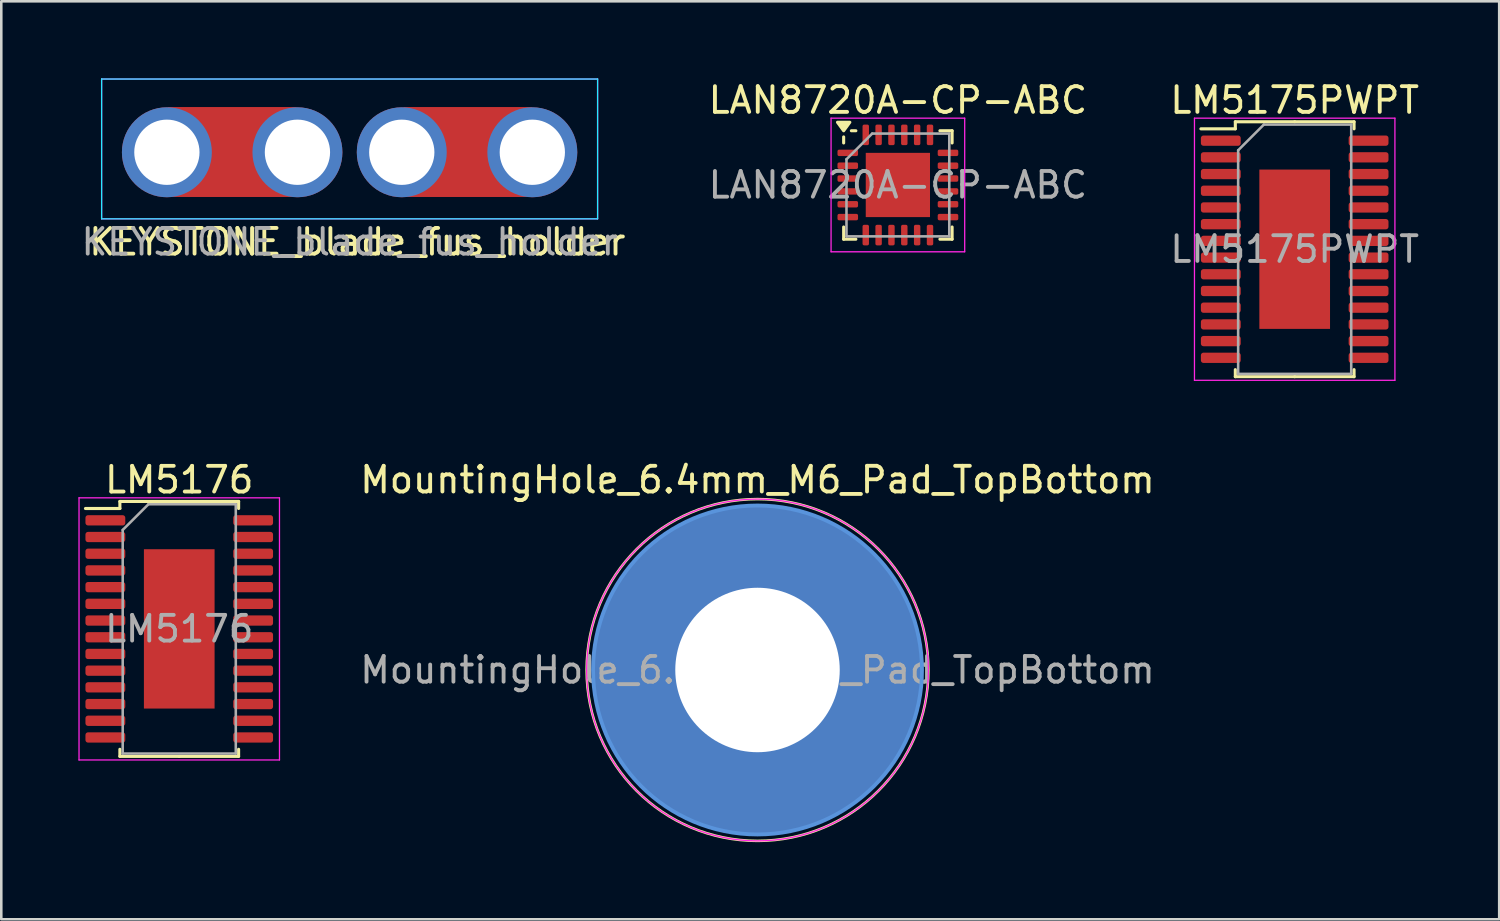
<source format=kicad_pcb>
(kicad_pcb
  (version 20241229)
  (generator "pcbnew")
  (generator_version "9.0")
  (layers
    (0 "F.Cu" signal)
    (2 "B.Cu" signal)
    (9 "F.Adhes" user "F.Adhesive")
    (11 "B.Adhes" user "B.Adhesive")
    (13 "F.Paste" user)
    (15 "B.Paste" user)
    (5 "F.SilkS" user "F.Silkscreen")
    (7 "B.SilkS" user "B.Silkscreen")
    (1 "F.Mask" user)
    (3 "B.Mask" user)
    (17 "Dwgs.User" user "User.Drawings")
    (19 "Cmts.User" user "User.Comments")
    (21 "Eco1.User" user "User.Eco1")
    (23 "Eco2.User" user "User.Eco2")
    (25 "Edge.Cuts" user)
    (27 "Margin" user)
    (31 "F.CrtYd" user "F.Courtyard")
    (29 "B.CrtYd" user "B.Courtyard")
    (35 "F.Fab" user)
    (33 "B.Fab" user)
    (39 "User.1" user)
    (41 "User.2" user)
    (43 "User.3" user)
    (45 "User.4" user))
  (footprint "LM5176"
    (layer "F.Cu")
    (at 3.925 21.422)
    (property "Reference" "LM5176" (at 0 -5.8 0) (layer "F.SilkS") (effects (font (size 1 1) (thickness 0.15))))
    (attr smd)
    (fp_line (start -2.31 -4.96) (end -2.31 -4.685) (stroke (width 0.12) (type solid)) (layer "F.SilkS"))
    (fp_line (start -2.31 -4.685) (end -3.65 -4.685) (stroke (width 0.12) (type solid)) (layer "F.SilkS"))
    (fp_line (start -2.31 4.96) (end -2.31 4.685) (stroke (width 0.12) (type solid)) (layer "F.SilkS"))
    (fp_line (start 0 -4.96) (end -2.31 -4.96) (stroke (width 0.12) (type solid)) (layer "F.SilkS"))
    (fp_line (start 0 -4.96) (end 2.31 -4.96) (stroke (width 0.12) (type solid)) (layer "F.SilkS"))
    (fp_line (start 0 4.96) (end -2.31 4.96) (stroke (width 0.12) (type solid)) (layer "F.SilkS"))
    (fp_line (start 0 4.96) (end 2.31 4.96) (stroke (width 0.12) (type solid)) (layer "F.SilkS"))
    (fp_line (start 2.31 -4.96) (end 2.31 -4.685) (stroke (width 0.12) (type solid)) (layer "F.SilkS"))
    (fp_line (start 2.31 4.96) (end 2.31 4.685) (stroke (width 0.12) (type solid)) (layer "F.SilkS"))
    (fp_line (start -3.9 -5.1) (end -3.9 5.1) (stroke (width 0.05) (type solid)) (layer "F.CrtYd"))
    (fp_line (start -3.9 5.1) (end 3.9 5.1) (stroke (width 0.05) (type solid)) (layer "F.CrtYd"))
    (fp_line (start 3.9 -5.1) (end -3.9 -5.1) (stroke (width 0.05) (type solid)) (layer "F.CrtYd"))
    (fp_line (start 3.9 5.1) (end 3.9 -5.1) (stroke (width 0.05) (type solid)) (layer "F.CrtYd"))
    (fp_line (start -2.2 -3.85) (end -1.2 -4.85) (stroke (width 0.1) (type solid)) (layer "F.Fab"))
    (fp_line (start -2.2 4.85) (end -2.2 -3.85) (stroke (width 0.1) (type solid)) (layer "F.Fab"))
    (fp_line (start -1.2 -4.85) (end 2.2 -4.85) (stroke (width 0.1) (type solid)) (layer "F.Fab"))
    (fp_line (start 2.2 -4.85) (end 2.2 4.85) (stroke (width 0.1) (type solid)) (layer "F.Fab"))
    (fp_line (start 2.2 4.85) (end -2.2 4.85) (stroke (width 0.1) (type solid)) (layer "F.Fab"))
    (fp_text user "${REFERENCE}" (at 0 0 0) (layer "F.Fab") (effects (font (size 1 1) (thickness 0.15))))
    (pad "" smd roundrect (at 0 0) (size 2.22 5) (layers "F.Paste") (roundrect_rratio 0.113))
    (pad "1" smd roundrect (at -2.875 -4.225) (size 1.55 0.4) (layers "F.Cu" "F.Mask" "F.Paste") (roundrect_rratio 0.25))
    (pad "2" smd roundrect (at -2.875 -3.575) (size 1.55 0.4) (layers "F.Cu" "F.Mask" "F.Paste") (roundrect_rratio 0.25))
    (pad "3" smd roundrect (at -2.875 -2.925) (size 1.55 0.4) (layers "F.Cu" "F.Mask" "F.Paste") (roundrect_rratio 0.25))
    (pad "4" smd roundrect (at -2.875 -2.275) (size 1.55 0.4) (layers "F.Cu" "F.Mask" "F.Paste") (roundrect_rratio 0.25))
    (pad "5" smd roundrect (at -2.875 -1.625) (size 1.55 0.4) (layers "F.Cu" "F.Mask" "F.Paste") (roundrect_rratio 0.25))
    (pad "6" smd roundrect (at -2.875 -0.975) (size 1.55 0.4) (layers "F.Cu" "F.Mask" "F.Paste") (roundrect_rratio 0.25))
    (pad "7" smd roundrect (at -2.875 -0.325) (size 1.55 0.4) (layers "F.Cu" "F.Mask" "F.Paste") (roundrect_rratio 0.25))
    (pad "8" smd roundrect (at -2.875 0.325) (size 1.55 0.4) (layers "F.Cu" "F.Mask" "F.Paste") (roundrect_rratio 0.25))
    (pad "9" smd roundrect (at -2.875 0.975) (size 1.55 0.4) (layers "F.Cu" "F.Mask" "F.Paste") (roundrect_rratio 0.25))
    (pad "10" smd roundrect (at -2.875 1.625) (size 1.55 0.4) (layers "F.Cu" "F.Mask" "F.Paste") (roundrect_rratio 0.25))
    (pad "11" smd roundrect (at -2.875 2.275) (size 1.55 0.4) (layers "F.Cu" "F.Mask" "F.Paste") (roundrect_rratio 0.25))
    (pad "12" smd roundrect (at -2.875 2.925) (size 1.55 0.4) (layers "F.Cu" "F.Mask" "F.Paste") (roundrect_rratio 0.25))
    (pad "13" smd roundrect (at -2.875 3.575) (size 1.55 0.4) (layers "F.Cu" "F.Mask" "F.Paste") (roundrect_rratio 0.25))
    (pad "14" smd roundrect (at -2.875 4.225) (size 1.55 0.4) (layers "F.Cu" "F.Mask" "F.Paste") (roundrect_rratio 0.25))
    (pad "15" smd roundrect (at 2.875 4.225) (size 1.55 0.4) (layers "F.Cu" "F.Mask" "F.Paste") (roundrect_rratio 0.25))
    (pad "16" smd roundrect (at 2.875 3.575) (size 1.55 0.4) (layers "F.Cu" "F.Mask" "F.Paste") (roundrect_rratio 0.25))
    (pad "17" smd roundrect (at 2.875 2.925) (size 1.55 0.4) (layers "F.Cu" "F.Mask" "F.Paste") (roundrect_rratio 0.25))
    (pad "18" smd roundrect (at 2.875 2.275) (size 1.55 0.4) (layers "F.Cu" "F.Mask" "F.Paste") (roundrect_rratio 0.25))
    (pad "19" smd roundrect (at 2.875 1.625) (size 1.55 0.4) (layers "F.Cu" "F.Mask" "F.Paste") (roundrect_rratio 0.25))
    (pad "20" smd roundrect (at 2.875 0.975) (size 1.55 0.4) (layers "F.Cu" "F.Mask" "F.Paste") (roundrect_rratio 0.25))
    (pad "21" smd roundrect (at 2.875 0.325) (size 1.55 0.4) (layers "F.Cu" "F.Mask" "F.Paste") (roundrect_rratio 0.25))
    (pad "22" smd roundrect (at 2.875 -0.325) (size 1.55 0.4) (layers "F.Cu" "F.Mask" "F.Paste") (roundrect_rratio 0.25))
    (pad "23" smd roundrect (at 2.875 -0.975) (size 1.55 0.4) (layers "F.Cu" "F.Mask" "F.Paste") (roundrect_rratio 0.25))
    (pad "24" smd roundrect (at 2.875 -1.625) (size 1.55 0.4) (layers "F.Cu" "F.Mask" "F.Paste") (roundrect_rratio 0.25))
    (pad "25" smd roundrect (at 2.875 -2.275) (size 1.55 0.4) (layers "F.Cu" "F.Mask" "F.Paste") (roundrect_rratio 0.25))
    (pad "26" smd roundrect (at 2.875 -2.925) (size 1.55 0.4) (layers "F.Cu" "F.Mask" "F.Paste") (roundrect_rratio 0.25))
    (pad "27" smd roundrect (at 2.875 -3.575) (size 1.55 0.4) (layers "F.Cu" "F.Mask" "F.Paste") (roundrect_rratio 0.25))
    (pad "28" smd roundrect (at 2.875 -4.225) (size 1.55 0.4) (layers "F.Cu" "F.Mask" "F.Paste") (roundrect_rratio 0.25))
    (pad "29" smd rect (at 0 0) (size 2.75 6.2) (layers "F.Cu" "F.Mask")))
  (footprint "LAN8720A-CP-ABC"
    (layer "F.Cu")
    (at 31.889 4.148)
    (property "Reference" "LAN8720A-CP-ABC" (at 0 -3.3 0) (layer "F.SilkS") (effects (font (size 1 1) (thickness 0.15))))
    (attr smd)
    (fp_line (start -2.11 -1.635) (end -2.11 -1.87) (stroke (width 0.12) (type solid)) (layer "F.SilkS"))
    (fp_line (start -2.11 2.11) (end -2.11 1.635) (stroke (width 0.12) (type solid)) (layer "F.SilkS"))
    (fp_line (start -1.635 -2.11) (end -1.81 -2.11) (stroke (width 0.12) (type solid)) (layer "F.SilkS"))
    (fp_line (start -1.635 2.11) (end -2.11 2.11) (stroke (width 0.12) (type solid)) (layer "F.SilkS"))
    (fp_line (start 1.635 -2.11) (end 2.11 -2.11) (stroke (width 0.12) (type solid)) (layer "F.SilkS"))
    (fp_line (start 1.635 2.11) (end 2.11 2.11) (stroke (width 0.12) (type solid)) (layer "F.SilkS"))
    (fp_line (start 2.11 -2.11) (end 2.11 -1.635) (stroke (width 0.12) (type solid)) (layer "F.SilkS"))
    (fp_line (start 2.11 2.11) (end 2.11 1.635) (stroke (width 0.12) (type solid)) (layer "F.SilkS"))
    (fp_poly (pts (xy -2.11 -2.11) (xy -2.35 -2.44) (xy -1.87 -2.44) (xy -2.11 -2.11)) (stroke (width 0.12) (type solid)) (fill yes) (layer "F.SilkS"))
    (fp_line (start -2.6 -2.6) (end -2.6 2.6) (stroke (width 0.05) (type solid)) (layer "F.CrtYd"))
    (fp_line (start -2.6 2.6) (end 2.6 2.6) (stroke (width 0.05) (type solid)) (layer "F.CrtYd"))
    (fp_line (start 2.6 -2.6) (end -2.6 -2.6) (stroke (width 0.05) (type solid)) (layer "F.CrtYd"))
    (fp_line (start 2.6 2.6) (end 2.6 -2.6) (stroke (width 0.05) (type solid)) (layer "F.CrtYd"))
    (fp_line (start -2 -1) (end -1 -2) (stroke (width 0.1) (type solid)) (layer "F.Fab"))
    (fp_line (start -2 2) (end -2 -1) (stroke (width 0.1) (type solid)) (layer "F.Fab"))
    (fp_line (start -1 -2) (end 2 -2) (stroke (width 0.1) (type solid)) (layer "F.Fab"))
    (fp_line (start 2 -2) (end 2 2) (stroke (width 0.1) (type solid)) (layer "F.Fab"))
    (fp_line (start 2 2) (end -2 2) (stroke (width 0.1) (type solid)) (layer "F.Fab"))
    (fp_text user "${REFERENCE}" (at 0 0 0) (layer "F.Fab") (effects (font (size 1 1) (thickness 0.15))))
    (pad "" smd roundrect (at -0.625 -0.625) (size 1.01 1.01) (layers "F.Paste") (roundrect_rratio 0.248))
    (pad "" smd roundrect (at -0.625 0.625) (size 1.01 1.01) (layers "F.Paste") (roundrect_rratio 0.248))
    (pad "" smd roundrect (at 0.625 -0.625) (size 1.01 1.01) (layers "F.Paste") (roundrect_rratio 0.248))
    (pad "" smd roundrect (at 0.625 0.625) (size 1.01 1.01) (layers "F.Paste") (roundrect_rratio 0.248))
    (pad "1" smd roundrect (at -1.95 -1.25) (size 0.8 0.25) (layers "F.Cu" "F.Mask" "F.Paste") (roundrect_rratio 0.25))
    (pad "2" smd roundrect (at -1.95 -0.75) (size 0.8 0.25) (layers "F.Cu" "F.Mask" "F.Paste") (roundrect_rratio 0.25))
    (pad "3" smd roundrect (at -1.95 -0.25) (size 0.8 0.25) (layers "F.Cu" "F.Mask" "F.Paste") (roundrect_rratio 0.25))
    (pad "4" smd roundrect (at -1.95 0.25) (size 0.8 0.25) (layers "F.Cu" "F.Mask" "F.Paste") (roundrect_rratio 0.25))
    (pad "5" smd roundrect (at -1.95 0.75) (size 0.8 0.25) (layers "F.Cu" "F.Mask" "F.Paste") (roundrect_rratio 0.25))
    (pad "6" smd roundrect (at -1.95 1.25) (size 0.8 0.25) (layers "F.Cu" "F.Mask" "F.Paste") (roundrect_rratio 0.25))
    (pad "7" smd roundrect (at -1.25 1.95) (size 0.25 0.8) (layers "F.Cu" "F.Mask" "F.Paste") (roundrect_rratio 0.25))
    (pad "8" smd roundrect (at -0.75 1.95) (size 0.25 0.8) (layers "F.Cu" "F.Mask" "F.Paste") (roundrect_rratio 0.25))
    (pad "9" smd roundrect (at -0.25 1.95) (size 0.25 0.8) (layers "F.Cu" "F.Mask" "F.Paste") (roundrect_rratio 0.25))
    (pad "10" smd roundrect (at 0.25 1.95) (size 0.25 0.8) (layers "F.Cu" "F.Mask" "F.Paste") (roundrect_rratio 0.25))
    (pad "11" smd roundrect (at 0.75 1.95) (size 0.25 0.8) (layers "F.Cu" "F.Mask" "F.Paste") (roundrect_rratio 0.25))
    (pad "12" smd roundrect (at 1.25 1.95) (size 0.25 0.8) (layers "F.Cu" "F.Mask" "F.Paste") (roundrect_rratio 0.25))
    (pad "13" smd roundrect (at 1.95 1.25) (size 0.8 0.25) (layers "F.Cu" "F.Mask" "F.Paste") (roundrect_rratio 0.25))
    (pad "14" smd roundrect (at 1.95 0.75) (size 0.8 0.25) (layers "F.Cu" "F.Mask" "F.Paste") (roundrect_rratio 0.25))
    (pad "15" smd roundrect (at 1.95 0.25) (size 0.8 0.25) (layers "F.Cu" "F.Mask" "F.Paste") (roundrect_rratio 0.25))
    (pad "16" smd roundrect (at 1.95 -0.25) (size 0.8 0.25) (layers "F.Cu" "F.Mask" "F.Paste") (roundrect_rratio 0.25))
    (pad "17" smd roundrect (at 1.95 -0.75) (size 0.8 0.25) (layers "F.Cu" "F.Mask" "F.Paste") (roundrect_rratio 0.25))
    (pad "18" smd roundrect (at 1.95 -1.25) (size 0.8 0.25) (layers "F.Cu" "F.Mask" "F.Paste") (roundrect_rratio 0.25))
    (pad "19" smd roundrect (at 1.25 -1.95) (size 0.25 0.8) (layers "F.Cu" "F.Mask" "F.Paste") (roundrect_rratio 0.25))
    (pad "20" smd roundrect (at 0.75 -1.95) (size 0.25 0.8) (layers "F.Cu" "F.Mask" "F.Paste") (roundrect_rratio 0.25))
    (pad "21" smd roundrect (at 0.25 -1.95) (size 0.25 0.8) (layers "F.Cu" "F.Mask" "F.Paste") (roundrect_rratio 0.25))
    (pad "22" smd roundrect (at -0.25 -1.95) (size 0.25 0.8) (layers "F.Cu" "F.Mask" "F.Paste") (roundrect_rratio 0.25))
    (pad "23" smd roundrect (at -0.75 -1.95) (size 0.25 0.8) (layers "F.Cu" "F.Mask" "F.Paste") (roundrect_rratio 0.25))
    (pad "24" smd roundrect (at -1.25 -1.95) (size 0.25 0.8) (layers "F.Cu" "F.Mask" "F.Paste") (roundrect_rratio 0.25))
    (pad "25" smd rect (at 0 0) (size 2.5 2.5) (property pad_prop_heatsink) (layers "F.Cu" "F.Mask")))
  (footprint "KEYSTONE_blade_fus_holder"
    (layer "F.Cu")
    (at 10.554 4.465)
    (property "Reference" "KEYSTONE_blade_fus_holder" (at 0.3 1.9 0) (unlocked yes) (layer "F.SilkS") (effects (font (size 1 1) (thickness 0.15))))
    (attr through_hole)
    (fp_line (start -9.65 -4.44) (end 9.65 -4.44) (stroke (width 0.05) (type default)) (layer "B.CrtYd"))
    (fp_line (start -9.65 1) (end -9.65 -4.44) (stroke (width 0.05) (type default)) (layer "B.CrtYd"))
    (fp_line (start 9.65 1) (end -9.65 1) (stroke (width 0.05) (type default)) (layer "B.CrtYd"))
    (fp_line (start 9.65 1) (end 9.65 -4.44) (stroke (width 0.05) (type default)) (layer "B.CrtYd"))
    (fp_line (start -9.65 -4.44) (end 9.65 -4.44) (stroke (width 0.05) (type default)) (layer "F.CrtYd"))
    (fp_line (start -9.65 1) (end -9.65 -4.44) (stroke (width 0.05) (type default)) (layer "F.CrtYd"))
    (fp_line (start 9.65 1) (end -9.65 1) (stroke (width 0.05) (type default)) (layer "F.CrtYd"))
    (fp_line (start 9.65 1) (end 9.65 -4.44) (stroke (width 0.05) (type default)) (layer "F.CrtYd"))
    (fp_text user "${REFERENCE}" (at 0 1.9 0) (unlocked yes) (layer "F.Fab") (effects (font (size 1 1) (thickness 0.15))))
    (pad "1" thru_hole circle (at -7.11 -1.59) (size 3.5 3.5) (drill 2.54) (layers "*.Cu" "*.Mask"))
    (pad "1" smd rect (at -4.572 -1.6) (size 5 3.5) (layers "F.Cu" "F.Mask" "F.Paste"))
    (pad "1" thru_hole circle (at -2.03 -1.59) (size 3.5 3.5) (drill 2.54) (layers "*.Cu" "*.Mask"))
    (pad "2" thru_hole circle (at 2.03 -1.59) (size 3.5 3.5) (drill 2.54) (layers "*.Cu" "*.Mask"))
    (pad "2" smd rect (at 4.597 -1.6) (size 5 3.5) (layers "F.Cu" "F.Mask" "F.Paste"))
    (pad "2" thru_hole circle (at 7.11 -1.59) (size 3.5 3.5) (drill 2.54) (layers "*.Cu" "*.Mask")))
  (footprint "LM5175PWPT"
    (layer "F.Cu")
    (at 47.33 6.648)
    (property "Reference" "LM5175PWPT" (at 0 -5.8 0) (layer "F.SilkS") (effects (font (size 1 1) (thickness 0.15))))
    (attr smd)
    (fp_line (start -2.31 -4.96) (end -2.31 -4.685) (stroke (width 0.12) (type solid)) (layer "F.SilkS"))
    (fp_line (start -2.31 -4.685) (end -3.65 -4.685) (stroke (width 0.12) (type solid)) (layer "F.SilkS"))
    (fp_line (start -2.31 4.96) (end -2.31 4.685) (stroke (width 0.12) (type solid)) (layer "F.SilkS"))
    (fp_line (start 0 -4.96) (end -2.31 -4.96) (stroke (width 0.12) (type solid)) (layer "F.SilkS"))
    (fp_line (start 0 -4.96) (end 2.31 -4.96) (stroke (width 0.12) (type solid)) (layer "F.SilkS"))
    (fp_line (start 0 4.96) (end -2.31 4.96) (stroke (width 0.12) (type solid)) (layer "F.SilkS"))
    (fp_line (start 0 4.96) (end 2.31 4.96) (stroke (width 0.12) (type solid)) (layer "F.SilkS"))
    (fp_line (start 2.31 -4.96) (end 2.31 -4.685) (stroke (width 0.12) (type solid)) (layer "F.SilkS"))
    (fp_line (start 2.31 4.96) (end 2.31 4.685) (stroke (width 0.12) (type solid)) (layer "F.SilkS"))
    (fp_line (start -3.9 -5.1) (end -3.9 5.1) (stroke (width 0.05) (type solid)) (layer "F.CrtYd"))
    (fp_line (start -3.9 5.1) (end 3.9 5.1) (stroke (width 0.05) (type solid)) (layer "F.CrtYd"))
    (fp_line (start 3.9 -5.1) (end -3.9 -5.1) (stroke (width 0.05) (type solid)) (layer "F.CrtYd"))
    (fp_line (start 3.9 5.1) (end 3.9 -5.1) (stroke (width 0.05) (type solid)) (layer "F.CrtYd"))
    (fp_line (start -2.2 -3.85) (end -1.2 -4.85) (stroke (width 0.1) (type solid)) (layer "F.Fab"))
    (fp_line (start -2.2 4.85) (end -2.2 -3.85) (stroke (width 0.1) (type solid)) (layer "F.Fab"))
    (fp_line (start -1.2 -4.85) (end 2.2 -4.85) (stroke (width 0.1) (type solid)) (layer "F.Fab"))
    (fp_line (start 2.2 -4.85) (end 2.2 4.85) (stroke (width 0.1) (type solid)) (layer "F.Fab"))
    (fp_line (start 2.2 4.85) (end -2.2 4.85) (stroke (width 0.1) (type solid)) (layer "F.Fab"))
    (fp_text user "${REFERENCE}" (at 0 0 0) (layer "F.Fab") (effects (font (size 1 1) (thickness 0.15))))
    (pad "" smd roundrect (at 0 0) (size 2.22 5) (layers "F.Paste") (roundrect_rratio 0.113))
    (pad "1" smd roundrect (at -2.875 -4.225) (size 1.55 0.4) (layers "F.Cu" "F.Mask" "F.Paste") (roundrect_rratio 0.25))
    (pad "2" smd roundrect (at -2.875 -3.575) (size 1.55 0.4) (layers "F.Cu" "F.Mask" "F.Paste") (roundrect_rratio 0.25))
    (pad "3" smd roundrect (at -2.875 -2.925) (size 1.55 0.4) (layers "F.Cu" "F.Mask" "F.Paste") (roundrect_rratio 0.25))
    (pad "4" smd roundrect (at -2.875 -2.275) (size 1.55 0.4) (layers "F.Cu" "F.Mask" "F.Paste") (roundrect_rratio 0.25))
    (pad "5" smd roundrect (at -2.875 -1.625) (size 1.55 0.4) (layers "F.Cu" "F.Mask" "F.Paste") (roundrect_rratio 0.25))
    (pad "6" smd roundrect (at -2.875 -0.975) (size 1.55 0.4) (layers "F.Cu" "F.Mask" "F.Paste") (roundrect_rratio 0.25))
    (pad "7" smd roundrect (at -2.875 -0.325) (size 1.55 0.4) (layers "F.Cu" "F.Mask" "F.Paste") (roundrect_rratio 0.25))
    (pad "8" smd roundrect (at -2.875 0.325) (size 1.55 0.4) (layers "F.Cu" "F.Mask" "F.Paste") (roundrect_rratio 0.25))
    (pad "9" smd roundrect (at -2.875 0.975) (size 1.55 0.4) (layers "F.Cu" "F.Mask" "F.Paste") (roundrect_rratio 0.25))
    (pad "10" smd roundrect (at -2.875 1.625) (size 1.55 0.4) (layers "F.Cu" "F.Mask" "F.Paste") (roundrect_rratio 0.25))
    (pad "11" smd roundrect (at -2.875 2.275) (size 1.55 0.4) (layers "F.Cu" "F.Mask" "F.Paste") (roundrect_rratio 0.25))
    (pad "12" smd roundrect (at -2.875 2.925) (size 1.55 0.4) (layers "F.Cu" "F.Mask" "F.Paste") (roundrect_rratio 0.25))
    (pad "13" smd roundrect (at -2.875 3.575) (size 1.55 0.4) (layers "F.Cu" "F.Mask" "F.Paste") (roundrect_rratio 0.25))
    (pad "14" smd roundrect (at -2.875 4.225) (size 1.55 0.4) (layers "F.Cu" "F.Mask" "F.Paste") (roundrect_rratio 0.25))
    (pad "15" smd roundrect (at 2.875 4.225) (size 1.55 0.4) (layers "F.Cu" "F.Mask" "F.Paste") (roundrect_rratio 0.25))
    (pad "16" smd roundrect (at 2.875 3.575) (size 1.55 0.4) (layers "F.Cu" "F.Mask" "F.Paste") (roundrect_rratio 0.25))
    (pad "17" smd roundrect (at 2.875 2.925) (size 1.55 0.4) (layers "F.Cu" "F.Mask" "F.Paste") (roundrect_rratio 0.25))
    (pad "18" smd roundrect (at 2.875 2.275) (size 1.55 0.4) (layers "F.Cu" "F.Mask" "F.Paste") (roundrect_rratio 0.25))
    (pad "19" smd roundrect (at 2.875 1.625) (size 1.55 0.4) (layers "F.Cu" "F.Mask" "F.Paste") (roundrect_rratio 0.25))
    (pad "20" smd roundrect (at 2.875 0.975) (size 1.55 0.4) (layers "F.Cu" "F.Mask" "F.Paste") (roundrect_rratio 0.25))
    (pad "21" smd roundrect (at 2.875 0.325) (size 1.55 0.4) (layers "F.Cu" "F.Mask" "F.Paste") (roundrect_rratio 0.25))
    (pad "22" smd roundrect (at 2.875 -0.325) (size 1.55 0.4) (layers "F.Cu" "F.Mask" "F.Paste") (roundrect_rratio 0.25))
    (pad "23" smd roundrect (at 2.875 -0.975) (size 1.55 0.4) (layers "F.Cu" "F.Mask" "F.Paste") (roundrect_rratio 0.25))
    (pad "24" smd roundrect (at 2.875 -1.625) (size 1.55 0.4) (layers "F.Cu" "F.Mask" "F.Paste") (roundrect_rratio 0.25))
    (pad "25" smd roundrect (at 2.875 -2.275) (size 1.55 0.4) (layers "F.Cu" "F.Mask" "F.Paste") (roundrect_rratio 0.25))
    (pad "26" smd roundrect (at 2.875 -2.925) (size 1.55 0.4) (layers "F.Cu" "F.Mask" "F.Paste") (roundrect_rratio 0.25))
    (pad "27" smd roundrect (at 2.875 -3.575) (size 1.55 0.4) (layers "F.Cu" "F.Mask" "F.Paste") (roundrect_rratio 0.25))
    (pad "28" smd roundrect (at 2.875 -4.225) (size 1.55 0.4) (layers "F.Cu" "F.Mask" "F.Paste") (roundrect_rratio 0.25))
    (pad "29" smd rect (at 0 0) (size 2.75 6.2) (layers "F.Cu" "F.Mask")))
  (footprint "MountingHole_6.4mm_M6_Pad_TopBottom"
    (layer "F.Cu")
    (at 26.427 23.021)
    (property "Reference" "MountingHole_6.4mm_M6_Pad_TopBottom" (at 0 -7.4 0) (layer "F.SilkS") (effects (font (size 1 1) (thickness 0.15))))
    (attr exclude_from_pos_files exclude_from_bom)
    (fp_circle (center 0 0) (end 6.65 0) (stroke (width 0.1) (type solid)) (fill no) (layer "F.SilkS"))
    (fp_circle (center 0 0) (end 6.4 0) (stroke (width 0.15) (type solid)) (fill no) (layer "Cmts.User"))
    (fp_circle (center 0 0) (end 6.65 0) (stroke (width 0.05) (type solid)) (fill no) (layer "F.CrtYd"))
    (fp_text user "${REFERENCE}" (at 0 0 0) (layer "F.Fab") (effects (font (size 1 1) (thickness 0.15))))
    (pad "1" thru_hole circle (at 0 0) (size 6.8 6.8) (drill 6.4) (layers "*.Cu" "*.Mask"))
    (pad "1" connect circle (at 0 0) (size 12.8 12.8) (layers "F.Cu" "F.Mask"))
    (pad "1" connect circle (at 0 0) (size 12.8 12.8) (layers "B.Cu" "B.Mask")))
  (gr_rect
    (start -3 -3)
    (end 55.288 32.721)
    (stroke (width 0.1) (type default))
    (fill no)
    (layer "Edge.Cuts")))
</source>
